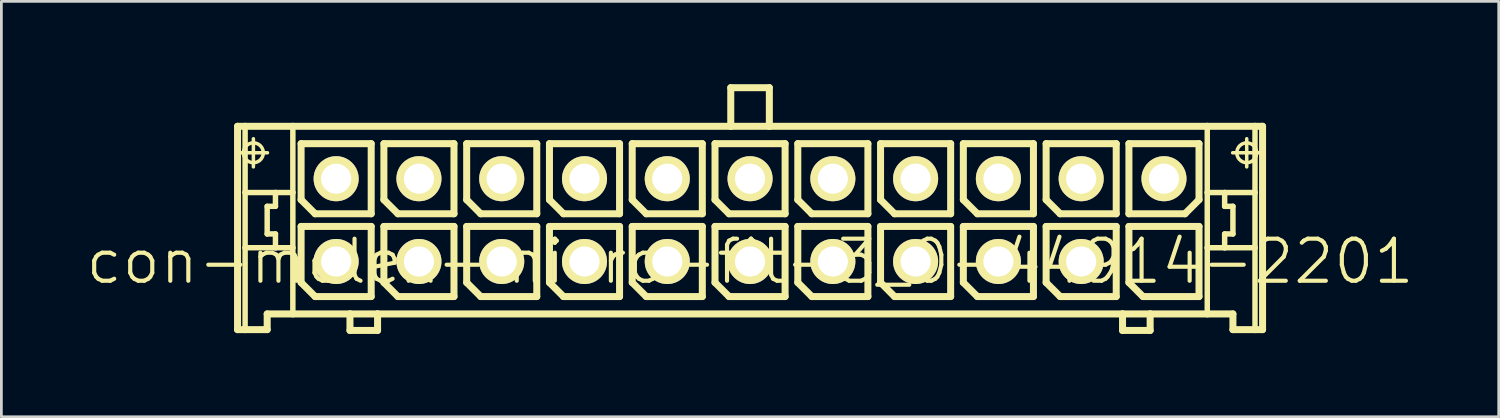
<source format=kicad_pcb>
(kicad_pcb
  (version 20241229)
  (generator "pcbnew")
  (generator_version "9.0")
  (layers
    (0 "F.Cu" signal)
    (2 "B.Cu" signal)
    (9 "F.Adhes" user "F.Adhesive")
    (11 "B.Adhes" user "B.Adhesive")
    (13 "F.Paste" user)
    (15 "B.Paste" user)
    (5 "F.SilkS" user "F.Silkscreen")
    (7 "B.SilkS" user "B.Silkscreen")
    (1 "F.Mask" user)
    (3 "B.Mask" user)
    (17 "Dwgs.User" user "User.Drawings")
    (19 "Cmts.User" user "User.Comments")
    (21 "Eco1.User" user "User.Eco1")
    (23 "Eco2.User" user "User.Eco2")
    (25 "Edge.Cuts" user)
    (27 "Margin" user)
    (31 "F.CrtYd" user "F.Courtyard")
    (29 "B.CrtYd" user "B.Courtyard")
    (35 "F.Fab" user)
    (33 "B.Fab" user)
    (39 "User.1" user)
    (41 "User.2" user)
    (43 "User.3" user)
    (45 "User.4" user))
  (footprint "con-molex-micro-fit-3_0-44914-2201"
    (layer "F.Cu")
    (at 24.13 6.426)
    (property "Reference" "con-molex-micro-fit-3_0-44914-2201" (at 0 0 0) (layer "F.SilkS") (effects (font (size 1.524 1.524) (thickness 0.15))))
    (attr exclude_from_pos_files exclude_from_bom)
    (fp_line (start -18.572 -4.9) (end -18.298 -4.9) (stroke (width 0.254) (type solid)) (layer "F.SilkS"))
    (fp_line (start -18.572 2.469) (end -18.572 -4.9) (stroke (width 0.254) (type solid)) (layer "F.SilkS"))
    (fp_line (start -18.509 -3.94) (end -17.488 -3.94) (stroke (width 0.127) (type solid)) (layer "F.SilkS"))
    (fp_line (start -18.298 -4.9) (end -16.568 -4.9) (stroke (width 0.254) (type solid)) (layer "F.SilkS"))
    (fp_line (start -18.298 -2.499) (end -18.298 -4.9) (stroke (width 0.198) (type solid)) (layer "F.SilkS"))
    (fp_line (start -18.298 -0.498) (end -18.298 -2.499) (stroke (width 0.198) (type solid)) (layer "F.SilkS"))
    (fp_line (start -18.298 2.469) (end -18.572 2.469) (stroke (width 0.254) (type solid)) (layer "F.SilkS"))
    (fp_line (start -18.298 2.469) (end -18.298 -0.498) (stroke (width 0.198) (type solid)) (layer "F.SilkS"))
    (fp_line (start -17.998 -3.429) (end -17.998 -4.448) (stroke (width 0.127) (type solid)) (layer "F.SilkS"))
    (fp_line (start -17.498 -1.999) (end -17.498 -0.998) (stroke (width 0.198) (type solid)) (layer "F.SilkS"))
    (fp_line (start -17.498 -0.998) (end -17.198 -0.998) (stroke (width 0.198) (type solid)) (layer "F.SilkS"))
    (fp_line (start -17.498 1.9) (end -17.498 2.469) (stroke (width 0.254) (type solid)) (layer "F.SilkS"))
    (fp_line (start -17.498 2.469) (end -18.298 2.469) (stroke (width 0.254) (type solid)) (layer "F.SilkS"))
    (fp_line (start -17.198 -2.499) (end -18.298 -2.499) (stroke (width 0.198) (type solid)) (layer "F.SilkS"))
    (fp_line (start -17.198 -2.499) (end -17.198 -1.999) (stroke (width 0.198) (type solid)) (layer "F.SilkS"))
    (fp_line (start -17.198 -1.999) (end -17.498 -1.999) (stroke (width 0.198) (type solid)) (layer "F.SilkS"))
    (fp_line (start -17.198 -0.998) (end -17.198 -0.498) (stroke (width 0.198) (type solid)) (layer "F.SilkS"))
    (fp_line (start -17.198 -0.498) (end -18.298 -0.498) (stroke (width 0.198) (type solid)) (layer "F.SilkS"))
    (fp_line (start -16.568 -4.9) (end -0.699 -4.9) (stroke (width 0.254) (type solid)) (layer "F.SilkS"))
    (fp_line (start -16.568 -2.499) (end -17.198 -2.499) (stroke (width 0.198) (type solid)) (layer "F.SilkS"))
    (fp_line (start -16.568 -2.499) (end -16.568 -4.9) (stroke (width 0.198) (type solid)) (layer "F.SilkS"))
    (fp_line (start -16.568 -0.498) (end -17.198 -0.498) (stroke (width 0.198) (type solid)) (layer "F.SilkS"))
    (fp_line (start -16.568 -0.498) (end -16.568 -2.499) (stroke (width 0.198) (type solid)) (layer "F.SilkS"))
    (fp_line (start -16.568 1.9) (end -17.498 1.9) (stroke (width 0.254) (type solid)) (layer "F.SilkS"))
    (fp_line (start -16.568 1.9) (end -16.568 -0.498) (stroke (width 0.198) (type solid)) (layer "F.SilkS"))
    (fp_line (start -16.269 -4.27) (end -13.729 -4.27) (stroke (width 0.254) (type solid)) (layer "F.SilkS"))
    (fp_line (start -16.269 -2.238) (end -16.269 -4.27) (stroke (width 0.254) (type solid)) (layer "F.SilkS"))
    (fp_line (start -16.269 -1.27) (end -13.729 -1.27) (stroke (width 0.254) (type solid)) (layer "F.SilkS"))
    (fp_line (start -16.269 0.762) (end -16.269 -1.27) (stroke (width 0.254) (type solid)) (layer "F.SilkS"))
    (fp_line (start -15.761 -1.73) (end -16.269 -2.238) (stroke (width 0.254) (type solid)) (layer "F.SilkS"))
    (fp_line (start -15.761 1.27) (end -16.269 0.762) (stroke (width 0.254) (type solid)) (layer "F.SilkS"))
    (fp_line (start -14.498 1.9) (end -16.568 1.9) (stroke (width 0.254) (type solid)) (layer "F.SilkS"))
    (fp_line (start -14.498 1.9) (end -14.498 2.499) (stroke (width 0.254) (type solid)) (layer "F.SilkS"))
    (fp_line (start -14.498 2.499) (end -13.498 2.499) (stroke (width 0.254) (type solid)) (layer "F.SilkS"))
    (fp_line (start -13.729 -4.27) (end -13.729 -1.73) (stroke (width 0.254) (type solid)) (layer "F.SilkS"))
    (fp_line (start -13.729 -1.73) (end -15.761 -1.73) (stroke (width 0.254) (type solid)) (layer "F.SilkS"))
    (fp_line (start -13.729 -1.27) (end -13.729 1.27) (stroke (width 0.254) (type solid)) (layer "F.SilkS"))
    (fp_line (start -13.729 1.27) (end -15.761 1.27) (stroke (width 0.254) (type solid)) (layer "F.SilkS"))
    (fp_line (start -13.498 1.9) (end -14.498 1.9) (stroke (width 0.254) (type solid)) (layer "F.SilkS"))
    (fp_line (start -13.498 2.499) (end -13.498 1.9) (stroke (width 0.254) (type solid)) (layer "F.SilkS"))
    (fp_line (start -13.269 -4.27) (end -10.729 -4.27) (stroke (width 0.254) (type solid)) (layer "F.SilkS"))
    (fp_line (start -13.269 -2.238) (end -13.269 -4.27) (stroke (width 0.254) (type solid)) (layer "F.SilkS"))
    (fp_line (start -13.269 -1.27) (end -10.729 -1.27) (stroke (width 0.254) (type solid)) (layer "F.SilkS"))
    (fp_line (start -13.269 0.762) (end -13.269 -1.27) (stroke (width 0.254) (type solid)) (layer "F.SilkS"))
    (fp_line (start -12.761 -1.73) (end -13.269 -2.238) (stroke (width 0.254) (type solid)) (layer "F.SilkS"))
    (fp_line (start -12.761 1.27) (end -13.269 0.762) (stroke (width 0.254) (type solid)) (layer "F.SilkS"))
    (fp_line (start -10.729 -4.27) (end -10.729 -1.73) (stroke (width 0.254) (type solid)) (layer "F.SilkS"))
    (fp_line (start -10.729 -1.73) (end -12.761 -1.73) (stroke (width 0.254) (type solid)) (layer "F.SilkS"))
    (fp_line (start -10.729 -1.27) (end -10.729 1.27) (stroke (width 0.254) (type solid)) (layer "F.SilkS"))
    (fp_line (start -10.729 1.27) (end -12.761 1.27) (stroke (width 0.254) (type solid)) (layer "F.SilkS"))
    (fp_line (start -10.269 -4.27) (end -7.729 -4.27) (stroke (width 0.254) (type solid)) (layer "F.SilkS"))
    (fp_line (start -10.269 -2.238) (end -10.269 -4.27) (stroke (width 0.254) (type solid)) (layer "F.SilkS"))
    (fp_line (start -10.269 -1.27) (end -7.729 -1.27) (stroke (width 0.254) (type solid)) (layer "F.SilkS"))
    (fp_line (start -10.269 0.762) (end -10.269 -1.27) (stroke (width 0.254) (type solid)) (layer "F.SilkS"))
    (fp_line (start -9.761 -1.73) (end -10.269 -2.238) (stroke (width 0.254) (type solid)) (layer "F.SilkS"))
    (fp_line (start -9.761 1.27) (end -10.269 0.762) (stroke (width 0.254) (type solid)) (layer "F.SilkS"))
    (fp_line (start -7.729 -4.27) (end -7.729 -1.73) (stroke (width 0.254) (type solid)) (layer "F.SilkS"))
    (fp_line (start -7.729 -1.73) (end -9.761 -1.73) (stroke (width 0.254) (type solid)) (layer "F.SilkS"))
    (fp_line (start -7.729 -1.27) (end -7.729 1.27) (stroke (width 0.254) (type solid)) (layer "F.SilkS"))
    (fp_line (start -7.729 1.27) (end -9.761 1.27) (stroke (width 0.254) (type solid)) (layer "F.SilkS"))
    (fp_line (start -7.269 -4.27) (end -4.729 -4.27) (stroke (width 0.254) (type solid)) (layer "F.SilkS"))
    (fp_line (start -7.269 -2.238) (end -7.269 -4.27) (stroke (width 0.254) (type solid)) (layer "F.SilkS"))
    (fp_line (start -7.269 -1.27) (end -4.729 -1.27) (stroke (width 0.254) (type solid)) (layer "F.SilkS"))
    (fp_line (start -7.269 0.762) (end -7.269 -1.27) (stroke (width 0.254) (type solid)) (layer "F.SilkS"))
    (fp_line (start -6.761 -1.73) (end -7.269 -2.238) (stroke (width 0.254) (type solid)) (layer "F.SilkS"))
    (fp_line (start -6.761 1.27) (end -7.269 0.762) (stroke (width 0.254) (type solid)) (layer "F.SilkS"))
    (fp_line (start -4.729 -4.27) (end -4.729 -1.73) (stroke (width 0.254) (type solid)) (layer "F.SilkS"))
    (fp_line (start -4.729 -1.73) (end -6.761 -1.73) (stroke (width 0.254) (type solid)) (layer "F.SilkS"))
    (fp_line (start -4.729 -1.27) (end -4.729 1.27) (stroke (width 0.254) (type solid)) (layer "F.SilkS"))
    (fp_line (start -4.729 1.27) (end -6.761 1.27) (stroke (width 0.254) (type solid)) (layer "F.SilkS"))
    (fp_line (start -4.27 -4.27) (end -1.73 -4.27) (stroke (width 0.254) (type solid)) (layer "F.SilkS"))
    (fp_line (start -4.27 -2.238) (end -4.27 -4.27) (stroke (width 0.254) (type solid)) (layer "F.SilkS"))
    (fp_line (start -4.27 -1.27) (end -1.73 -1.27) (stroke (width 0.254) (type solid)) (layer "F.SilkS"))
    (fp_line (start -4.27 0.762) (end -4.27 -1.27) (stroke (width 0.254) (type solid)) (layer "F.SilkS"))
    (fp_line (start -3.762 -1.73) (end -4.27 -2.238) (stroke (width 0.254) (type solid)) (layer "F.SilkS"))
    (fp_line (start -3.762 1.27) (end -4.27 0.762) (stroke (width 0.254) (type solid)) (layer "F.SilkS"))
    (fp_line (start -1.73 -4.27) (end -1.73 -1.73) (stroke (width 0.254) (type solid)) (layer "F.SilkS"))
    (fp_line (start -1.73 -1.73) (end -3.762 -1.73) (stroke (width 0.254) (type solid)) (layer "F.SilkS"))
    (fp_line (start -1.73 -1.27) (end -1.73 1.27) (stroke (width 0.254) (type solid)) (layer "F.SilkS"))
    (fp_line (start -1.73 1.27) (end -3.762 1.27) (stroke (width 0.254) (type solid)) (layer "F.SilkS"))
    (fp_line (start -1.27 -4.27) (end 1.27 -4.27) (stroke (width 0.254) (type solid)) (layer "F.SilkS"))
    (fp_line (start -1.27 -2.238) (end -1.27 -4.27) (stroke (width 0.254) (type solid)) (layer "F.SilkS"))
    (fp_line (start -1.27 -1.27) (end 1.27 -1.27) (stroke (width 0.254) (type solid)) (layer "F.SilkS"))
    (fp_line (start -1.27 0.762) (end -1.27 -1.27) (stroke (width 0.254) (type solid)) (layer "F.SilkS"))
    (fp_line (start -0.762 -1.73) (end -1.27 -2.238) (stroke (width 0.254) (type solid)) (layer "F.SilkS"))
    (fp_line (start -0.762 1.27) (end -1.27 0.762) (stroke (width 0.254) (type solid)) (layer "F.SilkS"))
    (fp_line (start -0.699 -6.299) (end -0.699 -4.9) (stroke (width 0.254) (type solid)) (layer "F.SilkS"))
    (fp_line (start -0.699 -6.299) (end 0.699 -6.299) (stroke (width 0.254) (type solid)) (layer "F.SilkS"))
    (fp_line (start -0.699 -4.9) (end 0.699 -4.9) (stroke (width 0.254) (type solid)) (layer "F.SilkS"))
    (fp_line (start 0.699 -6.299) (end 0.699 -4.9) (stroke (width 0.254) (type solid)) (layer "F.SilkS"))
    (fp_line (start 0.699 -4.9) (end 16.568 -4.9) (stroke (width 0.254) (type solid)) (layer "F.SilkS"))
    (fp_line (start 1.27 -4.27) (end 1.27 -1.73) (stroke (width 0.254) (type solid)) (layer "F.SilkS"))
    (fp_line (start 1.27 -1.73) (end -0.762 -1.73) (stroke (width 0.254) (type solid)) (layer "F.SilkS"))
    (fp_line (start 1.27 -1.27) (end 1.27 1.27) (stroke (width 0.254) (type solid)) (layer "F.SilkS"))
    (fp_line (start 1.27 1.27) (end -0.762 1.27) (stroke (width 0.254) (type solid)) (layer "F.SilkS"))
    (fp_line (start 1.73 -4.27) (end 4.27 -4.27) (stroke (width 0.254) (type solid)) (layer "F.SilkS"))
    (fp_line (start 1.73 -2.238) (end 1.73 -4.27) (stroke (width 0.254) (type solid)) (layer "F.SilkS"))
    (fp_line (start 1.73 -1.27) (end 4.27 -1.27) (stroke (width 0.254) (type solid)) (layer "F.SilkS"))
    (fp_line (start 1.73 0.762) (end 1.73 -1.27) (stroke (width 0.254) (type solid)) (layer "F.SilkS"))
    (fp_line (start 2.238 -1.73) (end 1.73 -2.238) (stroke (width 0.254) (type solid)) (layer "F.SilkS"))
    (fp_line (start 2.238 1.27) (end 1.73 0.762) (stroke (width 0.254) (type solid)) (layer "F.SilkS"))
    (fp_line (start 4.27 -4.27) (end 4.27 -1.73) (stroke (width 0.254) (type solid)) (layer "F.SilkS"))
    (fp_line (start 4.27 -1.73) (end 2.238 -1.73) (stroke (width 0.254) (type solid)) (layer "F.SilkS"))
    (fp_line (start 4.27 -1.27) (end 4.27 1.27) (stroke (width 0.254) (type solid)) (layer "F.SilkS"))
    (fp_line (start 4.27 1.27) (end 2.238 1.27) (stroke (width 0.254) (type solid)) (layer "F.SilkS"))
    (fp_line (start 4.729 -4.27) (end 7.269 -4.27) (stroke (width 0.254) (type solid)) (layer "F.SilkS"))
    (fp_line (start 4.729 -2.238) (end 4.729 -4.27) (stroke (width 0.254) (type solid)) (layer "F.SilkS"))
    (fp_line (start 4.729 -1.27) (end 7.269 -1.27) (stroke (width 0.254) (type solid)) (layer "F.SilkS"))
    (fp_line (start 4.729 0.762) (end 4.729 -1.27) (stroke (width 0.254) (type solid)) (layer "F.SilkS"))
    (fp_line (start 5.237 -1.73) (end 4.729 -2.238) (stroke (width 0.254) (type solid)) (layer "F.SilkS"))
    (fp_line (start 5.237 1.27) (end 4.729 0.762) (stroke (width 0.254) (type solid)) (layer "F.SilkS"))
    (fp_line (start 7.269 -4.27) (end 7.269 -1.73) (stroke (width 0.254) (type solid)) (layer "F.SilkS"))
    (fp_line (start 7.269 -1.73) (end 5.237 -1.73) (stroke (width 0.254) (type solid)) (layer "F.SilkS"))
    (fp_line (start 7.269 -1.27) (end 7.269 1.27) (stroke (width 0.254) (type solid)) (layer "F.SilkS"))
    (fp_line (start 7.269 1.27) (end 5.237 1.27) (stroke (width 0.254) (type solid)) (layer "F.SilkS"))
    (fp_line (start 7.729 -4.27) (end 10.269 -4.27) (stroke (width 0.254) (type solid)) (layer "F.SilkS"))
    (fp_line (start 7.729 -2.238) (end 7.729 -4.27) (stroke (width 0.254) (type solid)) (layer "F.SilkS"))
    (fp_line (start 7.729 -1.27) (end 10.269 -1.27) (stroke (width 0.254) (type solid)) (layer "F.SilkS"))
    (fp_line (start 7.729 0.762) (end 7.729 -1.27) (stroke (width 0.254) (type solid)) (layer "F.SilkS"))
    (fp_line (start 8.237 -1.73) (end 7.729 -2.238) (stroke (width 0.254) (type solid)) (layer "F.SilkS"))
    (fp_line (start 8.237 1.27) (end 7.729 0.762) (stroke (width 0.254) (type solid)) (layer "F.SilkS"))
    (fp_line (start 10.269 -4.27) (end 10.269 -1.73) (stroke (width 0.254) (type solid)) (layer "F.SilkS"))
    (fp_line (start 10.269 -1.73) (end 8.237 -1.73) (stroke (width 0.254) (type solid)) (layer "F.SilkS"))
    (fp_line (start 10.269 -1.27) (end 10.269 1.27) (stroke (width 0.254) (type solid)) (layer "F.SilkS"))
    (fp_line (start 10.269 1.27) (end 8.237 1.27) (stroke (width 0.254) (type solid)) (layer "F.SilkS"))
    (fp_line (start 10.729 -4.27) (end 13.269 -4.27) (stroke (width 0.254) (type solid)) (layer "F.SilkS"))
    (fp_line (start 10.729 -2.238) (end 10.729 -4.27) (stroke (width 0.254) (type solid)) (layer "F.SilkS"))
    (fp_line (start 10.729 -1.27) (end 13.269 -1.27) (stroke (width 0.254) (type solid)) (layer "F.SilkS"))
    (fp_line (start 10.729 0.762) (end 10.729 -1.27) (stroke (width 0.254) (type solid)) (layer "F.SilkS"))
    (fp_line (start 11.237 -1.73) (end 10.729 -2.238) (stroke (width 0.254) (type solid)) (layer "F.SilkS"))
    (fp_line (start 11.237 1.27) (end 10.729 0.762) (stroke (width 0.254) (type solid)) (layer "F.SilkS"))
    (fp_line (start 13.269 -4.27) (end 13.269 -1.73) (stroke (width 0.254) (type solid)) (layer "F.SilkS"))
    (fp_line (start 13.269 -1.73) (end 11.237 -1.73) (stroke (width 0.254) (type solid)) (layer "F.SilkS"))
    (fp_line (start 13.269 -1.27) (end 13.269 1.27) (stroke (width 0.254) (type solid)) (layer "F.SilkS"))
    (fp_line (start 13.269 1.27) (end 11.237 1.27) (stroke (width 0.254) (type solid)) (layer "F.SilkS"))
    (fp_line (start 13.498 1.9) (end -13.498 1.9) (stroke (width 0.254) (type solid)) (layer "F.SilkS"))
    (fp_line (start 13.498 1.9) (end 13.498 2.499) (stroke (width 0.254) (type solid)) (layer "F.SilkS"))
    (fp_line (start 13.498 2.499) (end 14.498 2.499) (stroke (width 0.254) (type solid)) (layer "F.SilkS"))
    (fp_line (start 13.729 -4.27) (end 13.729 -1.73) (stroke (width 0.254) (type solid)) (layer "F.SilkS"))
    (fp_line (start 13.729 -1.73) (end 15.761 -1.73) (stroke (width 0.254) (type solid)) (layer "F.SilkS"))
    (fp_line (start 13.729 -1.27) (end 16.269 -1.27) (stroke (width 0.254) (type solid)) (layer "F.SilkS"))
    (fp_line (start 13.729 0.762) (end 13.729 -1.27) (stroke (width 0.254) (type solid)) (layer "F.SilkS"))
    (fp_line (start 14.237 1.27) (end 13.729 0.762) (stroke (width 0.254) (type solid)) (layer "F.SilkS"))
    (fp_line (start 14.498 1.9) (end 13.498 1.9) (stroke (width 0.254) (type solid)) (layer "F.SilkS"))
    (fp_line (start 14.498 2.499) (end 14.498 1.9) (stroke (width 0.254) (type solid)) (layer "F.SilkS"))
    (fp_line (start 15.761 -1.73) (end 16.269 -2.238) (stroke (width 0.254) (type solid)) (layer "F.SilkS"))
    (fp_line (start 16.269 -4.27) (end 13.729 -4.27) (stroke (width 0.254) (type solid)) (layer "F.SilkS"))
    (fp_line (start 16.269 -2.238) (end 16.269 -4.27) (stroke (width 0.254) (type solid)) (layer "F.SilkS"))
    (fp_line (start 16.269 -1.27) (end 16.269 1.27) (stroke (width 0.254) (type solid)) (layer "F.SilkS"))
    (fp_line (start 16.269 1.27) (end 14.237 1.27) (stroke (width 0.254) (type solid)) (layer "F.SilkS"))
    (fp_line (start 16.568 -4.9) (end 16.568 -2.499) (stroke (width 0.198) (type solid)) (layer "F.SilkS"))
    (fp_line (start 16.568 -4.9) (end 18.298 -4.9) (stroke (width 0.254) (type solid)) (layer "F.SilkS"))
    (fp_line (start 16.568 -2.499) (end 16.568 -0.498) (stroke (width 0.198) (type solid)) (layer "F.SilkS"))
    (fp_line (start 16.568 -2.499) (end 17.198 -2.499) (stroke (width 0.198) (type solid)) (layer "F.SilkS"))
    (fp_line (start 16.568 -0.498) (end 16.568 1.9) (stroke (width 0.198) (type solid)) (layer "F.SilkS"))
    (fp_line (start 16.568 -0.498) (end 17.198 -0.498) (stroke (width 0.198) (type solid)) (layer "F.SilkS"))
    (fp_line (start 16.568 1.9) (end 14.498 1.9) (stroke (width 0.254) (type solid)) (layer "F.SilkS"))
    (fp_line (start 17.198 -2.499) (end 17.198 -1.999) (stroke (width 0.198) (type solid)) (layer "F.SilkS"))
    (fp_line (start 17.198 -2.499) (end 18.298 -2.499) (stroke (width 0.198) (type solid)) (layer "F.SilkS"))
    (fp_line (start 17.198 -1.999) (end 17.498 -1.999) (stroke (width 0.198) (type solid)) (layer "F.SilkS"))
    (fp_line (start 17.198 -0.998) (end 17.198 -0.498) (stroke (width 0.198) (type solid)) (layer "F.SilkS"))
    (fp_line (start 17.198 -0.498) (end 18.298 -0.498) (stroke (width 0.198) (type solid)) (layer "F.SilkS"))
    (fp_line (start 17.488 -3.94) (end 18.509 -3.94) (stroke (width 0.127) (type solid)) (layer "F.SilkS"))
    (fp_line (start 17.498 -1.999) (end 17.498 -0.998) (stroke (width 0.198) (type solid)) (layer "F.SilkS"))
    (fp_line (start 17.498 -0.998) (end 17.198 -0.998) (stroke (width 0.198) (type solid)) (layer "F.SilkS"))
    (fp_line (start 17.498 1.9) (end 16.568 1.9) (stroke (width 0.254) (type solid)) (layer "F.SilkS"))
    (fp_line (start 17.498 2.469) (end 17.498 1.9) (stroke (width 0.254) (type solid)) (layer "F.SilkS"))
    (fp_line (start 17.498 2.469) (end 18.298 2.469) (stroke (width 0.254) (type solid)) (layer "F.SilkS"))
    (fp_line (start 17.998 -3.429) (end 17.998 -4.448) (stroke (width 0.127) (type solid)) (layer "F.SilkS"))
    (fp_line (start 18.298 -4.9) (end 18.572 -4.9) (stroke (width 0.254) (type solid)) (layer "F.SilkS"))
    (fp_line (start 18.298 -2.499) (end 18.298 -4.9) (stroke (width 0.198) (type solid)) (layer "F.SilkS"))
    (fp_line (start 18.298 -0.498) (end 18.298 -2.499) (stroke (width 0.198) (type solid)) (layer "F.SilkS"))
    (fp_line (start 18.298 2.469) (end 18.298 -0.498) (stroke (width 0.198) (type solid)) (layer "F.SilkS"))
    (fp_line (start 18.298 2.469) (end 18.572 2.469) (stroke (width 0.254) (type solid)) (layer "F.SilkS"))
    (fp_line (start 18.572 -4.9) (end 18.572 2.469) (stroke (width 0.254) (type solid)) (layer "F.SilkS"))
    (fp_circle (center -17.998 -3.94) (end -18.252 -4.194) (stroke (width 0.127) (type solid)) (fill no) (layer "F.SilkS"))
    (fp_circle (center 17.998 -3.94) (end 18.252 -4.194) (stroke (width 0.127) (type solid)) (fill no) (layer "F.SilkS"))
    (pad "P$1" thru_hole rect (at 14.999 0) (size 0.001 0.001) (drill 1.09) (layers "*.Cu" "F.Mask" "F.SilkS" "F.Paste"))
    (pad "P$2" thru_hole circle (at 11.999 0) (size 1.633 1.633) (drill 1.09) (layers "*.Cu" "F.Mask" "F.SilkS" "F.Paste"))
    (pad "P$3" thru_hole circle (at 8.999 0) (size 1.633 1.633) (drill 1.09) (layers "*.Cu" "F.Mask" "F.SilkS" "F.Paste"))
    (pad "P$4" thru_hole circle (at 5.999 0) (size 1.633 1.633) (drill 1.09) (layers "*.Cu" "F.Mask" "F.SilkS" "F.Paste"))
    (pad "P$5" thru_hole circle (at 3 0) (size 1.633 1.633) (drill 1.09) (layers "*.Cu" "F.Mask" "F.SilkS" "F.Paste"))
    (pad "P$6" thru_hole circle (at 0 0) (size 1.633 1.633) (drill 1.09) (layers "*.Cu" "F.Mask" "F.SilkS" "F.Paste"))
    (pad "P$7" thru_hole circle (at -3 0) (size 1.633 1.633) (drill 1.09) (layers "*.Cu" "F.Mask" "F.SilkS" "F.Paste"))
    (pad "P$8" thru_hole circle (at -5.999 0) (size 1.633 1.633) (drill 1.09) (layers "*.Cu" "F.Mask" "F.SilkS" "F.Paste"))
    (pad "P$9" thru_hole circle (at -8.999 0) (size 1.633 1.633) (drill 1.09) (layers "*.Cu" "F.Mask" "F.SilkS" "F.Paste"))
    (pad "P$10" thru_hole circle (at -11.999 0) (size 1.633 1.633) (drill 1.09) (layers "*.Cu" "F.Mask" "F.SilkS" "F.Paste"))
    (pad "P$11" thru_hole circle (at -14.999 0) (size 1.633 1.633) (drill 1.09) (layers "*.Cu" "F.Mask" "F.SilkS" "F.Paste"))
    (pad "P$12" thru_hole circle (at 14.999 -3) (size 1.633 1.633) (drill 1.09) (layers "*.Cu" "F.Mask" "F.SilkS" "F.Paste"))
    (pad "P$13" thru_hole circle (at 11.999 -3) (size 1.633 1.633) (drill 1.09) (layers "*.Cu" "F.Mask" "F.SilkS" "F.Paste"))
    (pad "P$14" thru_hole circle (at 8.999 -3) (size 1.633 1.633) (drill 1.09) (layers "*.Cu" "F.Mask" "F.SilkS" "F.Paste"))
    (pad "P$15" thru_hole circle (at 5.999 -3) (size 1.633 1.633) (drill 1.09) (layers "*.Cu" "F.Mask" "F.SilkS" "F.Paste"))
    (pad "P$16" thru_hole circle (at 3 -3) (size 1.633 1.633) (drill 1.09) (layers "*.Cu" "F.Mask" "F.SilkS" "F.Paste"))
    (pad "P$17" thru_hole circle (at 0 -3) (size 1.633 1.633) (drill 1.09) (layers "*.Cu" "F.Mask" "F.SilkS" "F.Paste"))
    (pad "P$18" thru_hole circle (at -3 -3) (size 1.633 1.633) (drill 1.09) (layers "*.Cu" "F.Mask" "F.SilkS" "F.Paste"))
    (pad "P$19" thru_hole circle (at -5.999 -3) (size 1.633 1.633) (drill 1.09) (layers "*.Cu" "F.Mask" "F.SilkS" "F.Paste"))
    (pad "P$20" thru_hole circle (at -8.999 -3) (size 1.633 1.633) (drill 1.09) (layers "*.Cu" "F.Mask" "F.SilkS" "F.Paste"))
    (pad "P$21" thru_hole circle (at -11.999 -3) (size 1.633 1.633) (drill 1.09) (layers "*.Cu" "F.Mask" "F.SilkS" "F.Paste"))
    (pad "P$22" thru_hole circle (at -14.999 -3) (size 1.633 1.633) (drill 1.09) (layers "*.Cu" "F.Mask" "F.SilkS" "F.Paste")))
  (gr_rect
    (start -3 -3)
    (end 51.26 12.053)
    (stroke (width 0.1) (type default))
    (fill no)
    (layer "Edge.Cuts")))
</source>
